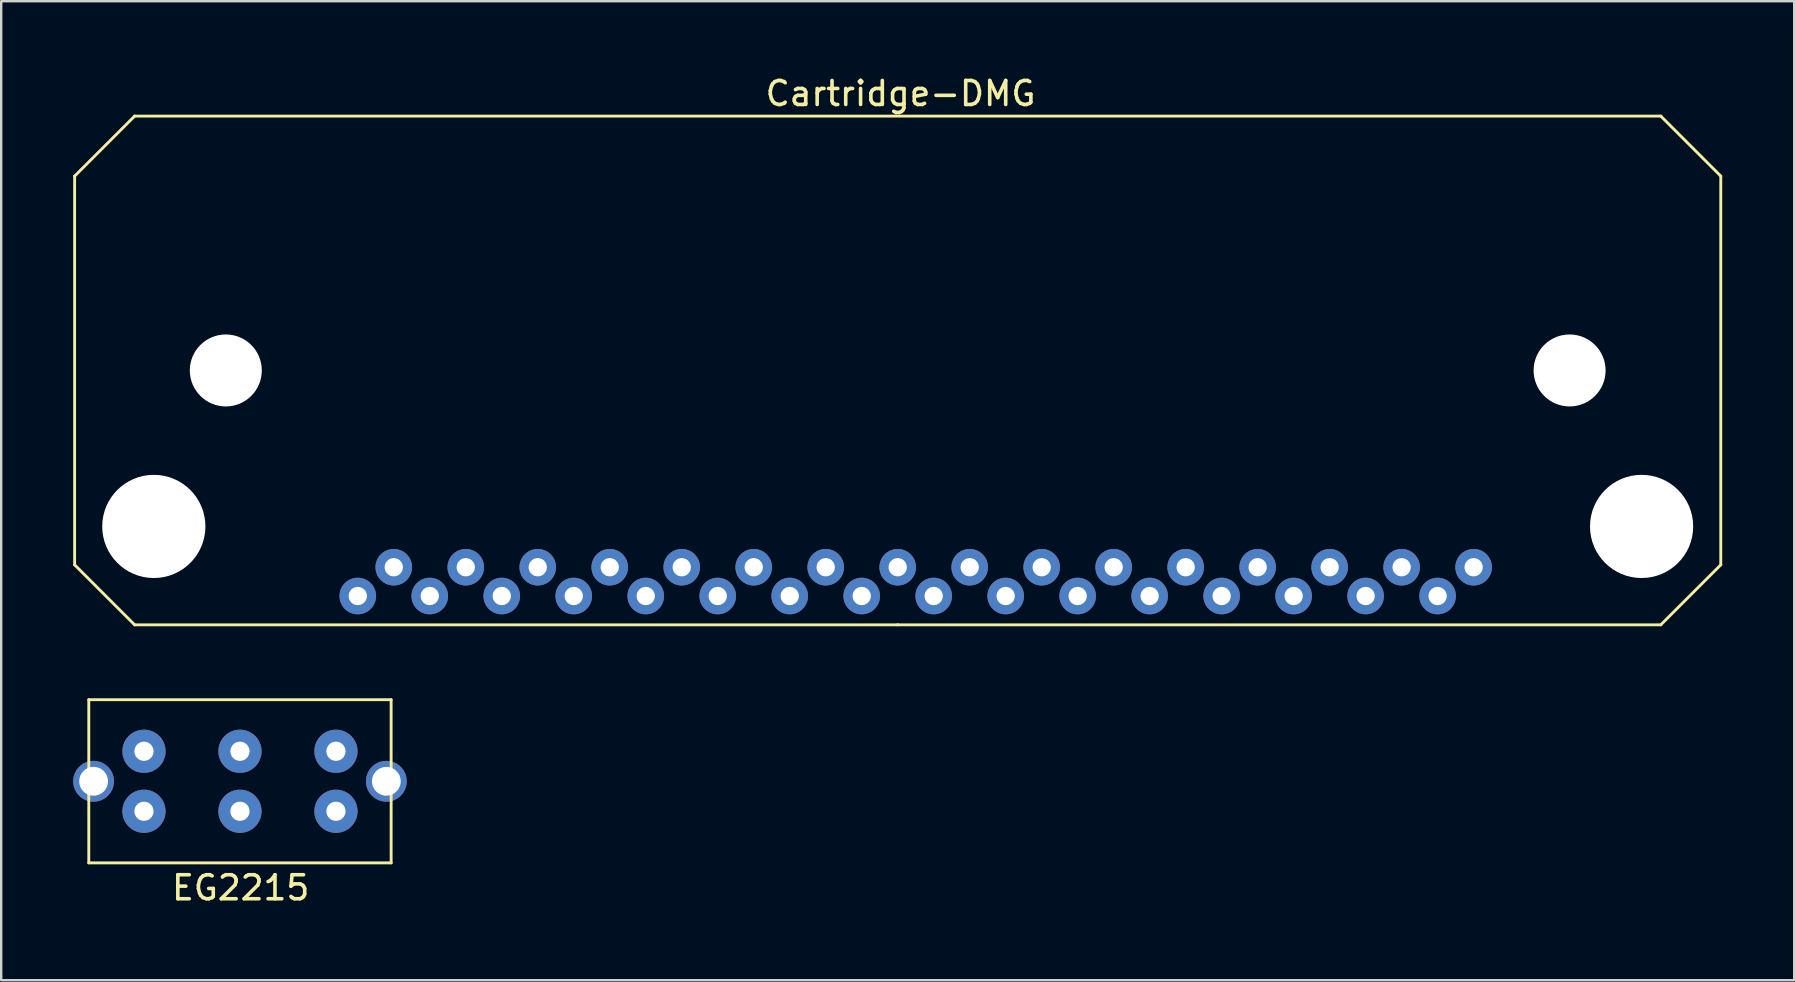
<source format=kicad_pcb>
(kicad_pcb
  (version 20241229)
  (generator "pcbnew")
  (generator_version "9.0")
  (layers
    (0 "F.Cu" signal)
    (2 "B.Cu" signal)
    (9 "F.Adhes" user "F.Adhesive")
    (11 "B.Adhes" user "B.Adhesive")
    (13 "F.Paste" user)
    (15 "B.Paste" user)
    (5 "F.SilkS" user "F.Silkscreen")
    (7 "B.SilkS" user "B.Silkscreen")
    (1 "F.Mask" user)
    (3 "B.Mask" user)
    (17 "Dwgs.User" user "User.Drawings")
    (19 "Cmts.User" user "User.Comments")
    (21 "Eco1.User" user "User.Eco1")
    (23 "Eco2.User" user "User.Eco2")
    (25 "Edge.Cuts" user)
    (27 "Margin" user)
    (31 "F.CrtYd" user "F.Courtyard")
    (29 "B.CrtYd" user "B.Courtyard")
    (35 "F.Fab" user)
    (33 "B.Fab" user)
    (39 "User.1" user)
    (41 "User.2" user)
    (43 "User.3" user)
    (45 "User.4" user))
  (footprint "EG2215"
    (layer "F.Cu")
    (at 6.95 29.508)
    (property "Reference" "EG2215" (at 0.03 4.44 0) (layer "F.SilkS") (effects (font (size 1 1) (thickness 0.15))))
    (attr through_hole)
    (fp_line (start -6.3 -3.4) (end -6.3 3.4) (stroke (width 0.12) (type solid)) (layer "F.SilkS"))
    (fp_line (start -6.3 -3.4) (end 6.3 -3.4) (stroke (width 0.12) (type solid)) (layer "F.SilkS"))
    (fp_line (start -6.3 3.4) (end 6.3 3.4) (stroke (width 0.12) (type solid)) (layer "F.SilkS"))
    (fp_line (start 6.3 -3.4) (end 6.3 3.4) (stroke (width 0.12) (type solid)) (layer "F.SilkS"))
    (pad "1" thru_hole circle (at -4 -1.25) (size 1.8 1.8) (drill 0.8) (layers "*.Cu" "*.Mask"))
    (pad "1" thru_hole circle (at -4 1.25) (size 1.8 1.8) (drill 0.8) (layers "*.Cu" "*.Mask"))
    (pad "2" thru_hole circle (at 0 -1.25) (size 1.8 1.8) (drill 0.8) (layers "*.Cu" "*.Mask"))
    (pad "2" thru_hole circle (at 0 1.25) (size 1.8 1.8) (drill 0.8) (layers "*.Cu" "*.Mask"))
    (pad "3" thru_hole circle (at 4 -1.25) (size 1.8 1.8) (drill 0.8) (layers "*.Cu" "*.Mask"))
    (pad "3" thru_hole circle (at 4 1.25) (size 1.8 1.8) (drill 0.8) (layers "*.Cu" "*.Mask"))
    (pad "4" thru_hole circle (at -6.1 0) (size 1.7 1.7) (drill 1.2) (layers "*.Cu" "*.Mask"))
    (pad "4" thru_hole circle (at 6.1 0) (size 1.7 1.7) (drill 1.2) (layers "*.Cu" "*.Mask")))
  (footprint "Cartridge-DMG"
    (layer "F.Cu")
    (at 34.36 21.788)
    (property "Reference" "Cartridge-DMG" (at 0.12 -20.94 0) (layer "F.SilkS") (effects (font (size 1 1) (thickness 0.15))))
    (attr through_hole)
    (fp_line (start -34.3 -17.5) (end -31.8 -20) (stroke (width 0.12) (type solid)) (layer "F.SilkS"))
    (fp_line (start -34.3 -1.3) (end -34.3 -17.5) (stroke (width 0.12) (type solid)) (layer "F.SilkS"))
    (fp_line (start -31.8 1.2) (end -34.3 -1.3) (stroke (width 0.12) (type solid)) (layer "F.SilkS"))
    (fp_line (start 0 1.2) (end -31.8 1.2) (stroke (width 0.12) (type solid)) (layer "F.SilkS"))
    (fp_line (start 0 1.2) (end 31.8 1.2) (stroke (width 0.12) (type solid)) (layer "F.SilkS"))
    (fp_line (start 31.8 -20) (end -31.8 -20) (stroke (width 0.12) (type solid)) (layer "F.SilkS"))
    (fp_line (start 31.8 -20) (end 34.3 -17.5) (stroke (width 0.12) (type solid)) (layer "F.SilkS"))
    (fp_line (start 34.3 -1.3) (end 31.8 1.2) (stroke (width 0.12) (type solid)) (layer "F.SilkS"))
    (fp_line (start 34.3 -1.3) (end 34.3 -17.5) (stroke (width 0.12) (type solid)) (layer "F.SilkS"))
    (pad "" np_thru_hole circle (at -31 -2.9) (size 4.3 4.3) (drill 4.3) (layers "*.Cu" "*.Mask"))
    (pad "" np_thru_hole circle (at -28 -9.4) (size 3 3) (drill 3) (layers "*.Cu" "*.Mask"))
    (pad "" np_thru_hole circle (at 28 -9.4) (size 3 3) (drill 3) (layers "*.Cu" "*.Mask"))
    (pad "" np_thru_hole circle (at 31 -2.9) (size 4.3 4.3) (drill 4.3) (layers "*.Cu" "*.Mask"))
    (pad "1" thru_hole circle (at -22.5 0) (size 1.524 1.524) (drill 0.762) (layers "*.Cu" "*.Mask"))
    (pad "2" thru_hole circle (at -21 -1.2) (size 1.524 1.524) (drill 0.762) (layers "*.Cu" "*.Mask"))
    (pad "3" thru_hole circle (at -19.5 0) (size 1.524 1.524) (drill 0.762) (layers "*.Cu" "*.Mask"))
    (pad "4" thru_hole circle (at -18 -1.2) (size 1.524 1.524) (drill 0.762) (layers "*.Cu" "*.Mask"))
    (pad "5" thru_hole circle (at -16.5 0) (size 1.524 1.524) (drill 0.762) (layers "*.Cu" "*.Mask"))
    (pad "6" thru_hole circle (at -15 -1.2) (size 1.524 1.524) (drill 0.762) (layers "*.Cu" "*.Mask"))
    (pad "7" thru_hole circle (at -13.5 0) (size 1.524 1.524) (drill 0.762) (layers "*.Cu" "*.Mask"))
    (pad "8" thru_hole circle (at -12 -1.2) (size 1.524 1.524) (drill 0.762) (layers "*.Cu" "*.Mask"))
    (pad "9" thru_hole circle (at -10.5 0) (size 1.524 1.524) (drill 0.762) (layers "*.Cu" "*.Mask"))
    (pad "10" thru_hole circle (at -9 -1.2) (size 1.524 1.524) (drill 0.762) (layers "*.Cu" "*.Mask"))
    (pad "11" thru_hole circle (at -7.5 0) (size 1.524 1.524) (drill 0.762) (layers "*.Cu" "*.Mask"))
    (pad "12" thru_hole circle (at -6 -1.2) (size 1.524 1.524) (drill 0.762) (layers "*.Cu" "*.Mask"))
    (pad "13" thru_hole circle (at -4.5 0) (size 1.524 1.524) (drill 0.762) (layers "*.Cu" "*.Mask"))
    (pad "14" thru_hole circle (at -3 -1.2) (size 1.524 1.524) (drill 0.762) (layers "*.Cu" "*.Mask"))
    (pad "15" thru_hole circle (at -1.5 0) (size 1.524 1.524) (drill 0.762) (layers "*.Cu" "*.Mask"))
    (pad "16" thru_hole circle (at 0 -1.2) (size 1.524 1.524) (drill 0.762) (layers "*.Cu" "*.Mask"))
    (pad "17" thru_hole circle (at 1.5 0) (size 1.524 1.524) (drill 0.762) (layers "*.Cu" "*.Mask"))
    (pad "18" thru_hole circle (at 3 -1.2) (size 1.524 1.524) (drill 0.762) (layers "*.Cu" "*.Mask"))
    (pad "19" thru_hole circle (at 4.5 0) (size 1.524 1.524) (drill 0.762) (layers "*.Cu" "*.Mask"))
    (pad "20" thru_hole circle (at 6 -1.2) (size 1.524 1.524) (drill 0.762) (layers "*.Cu" "*.Mask"))
    (pad "21" thru_hole circle (at 7.5 0) (size 1.524 1.524) (drill 0.762) (layers "*.Cu" "*.Mask"))
    (pad "22" thru_hole circle (at 9 -1.2) (size 1.524 1.524) (drill 0.762) (layers "*.Cu" "*.Mask"))
    (pad "23" thru_hole circle (at 10.5 0) (size 1.524 1.524) (drill 0.762) (layers "*.Cu" "*.Mask"))
    (pad "24" thru_hole circle (at 12 -1.2) (size 1.524 1.524) (drill 0.762) (layers "*.Cu" "*.Mask"))
    (pad "25" thru_hole circle (at 13.5 0) (size 1.524 1.524) (drill 0.762) (layers "*.Cu" "*.Mask"))
    (pad "26" thru_hole circle (at 15 -1.2) (size 1.524 1.524) (drill 0.762) (layers "*.Cu" "*.Mask"))
    (pad "27" thru_hole circle (at 16.5 0) (size 1.524 1.524) (drill 0.762) (layers "*.Cu" "*.Mask"))
    (pad "28" thru_hole circle (at 18 -1.2) (size 1.524 1.524) (drill 0.762) (layers "*.Cu" "*.Mask"))
    (pad "29" thru_hole circle (at 19.5 0) (size 1.524 1.524) (drill 0.762) (layers "*.Cu" "*.Mask"))
    (pad "30" thru_hole circle (at 21 -1.2) (size 1.524 1.524) (drill 0.762) (layers "*.Cu" "*.Mask"))
    (pad "31" thru_hole circle (at 22.5 0) (size 1.524 1.524) (drill 0.762) (layers "*.Cu" "*.Mask"))
    (pad "32" thru_hole circle (at 24 -1.2) (size 1.524 1.524) (drill 0.762) (layers "*.Cu" "*.Mask")))
  (gr_rect
    (start -3 -3)
    (end 71.72 37.797)
    (stroke (width 0.1) (type default))
    (fill no)
    (layer "Edge.Cuts")))
</source>
